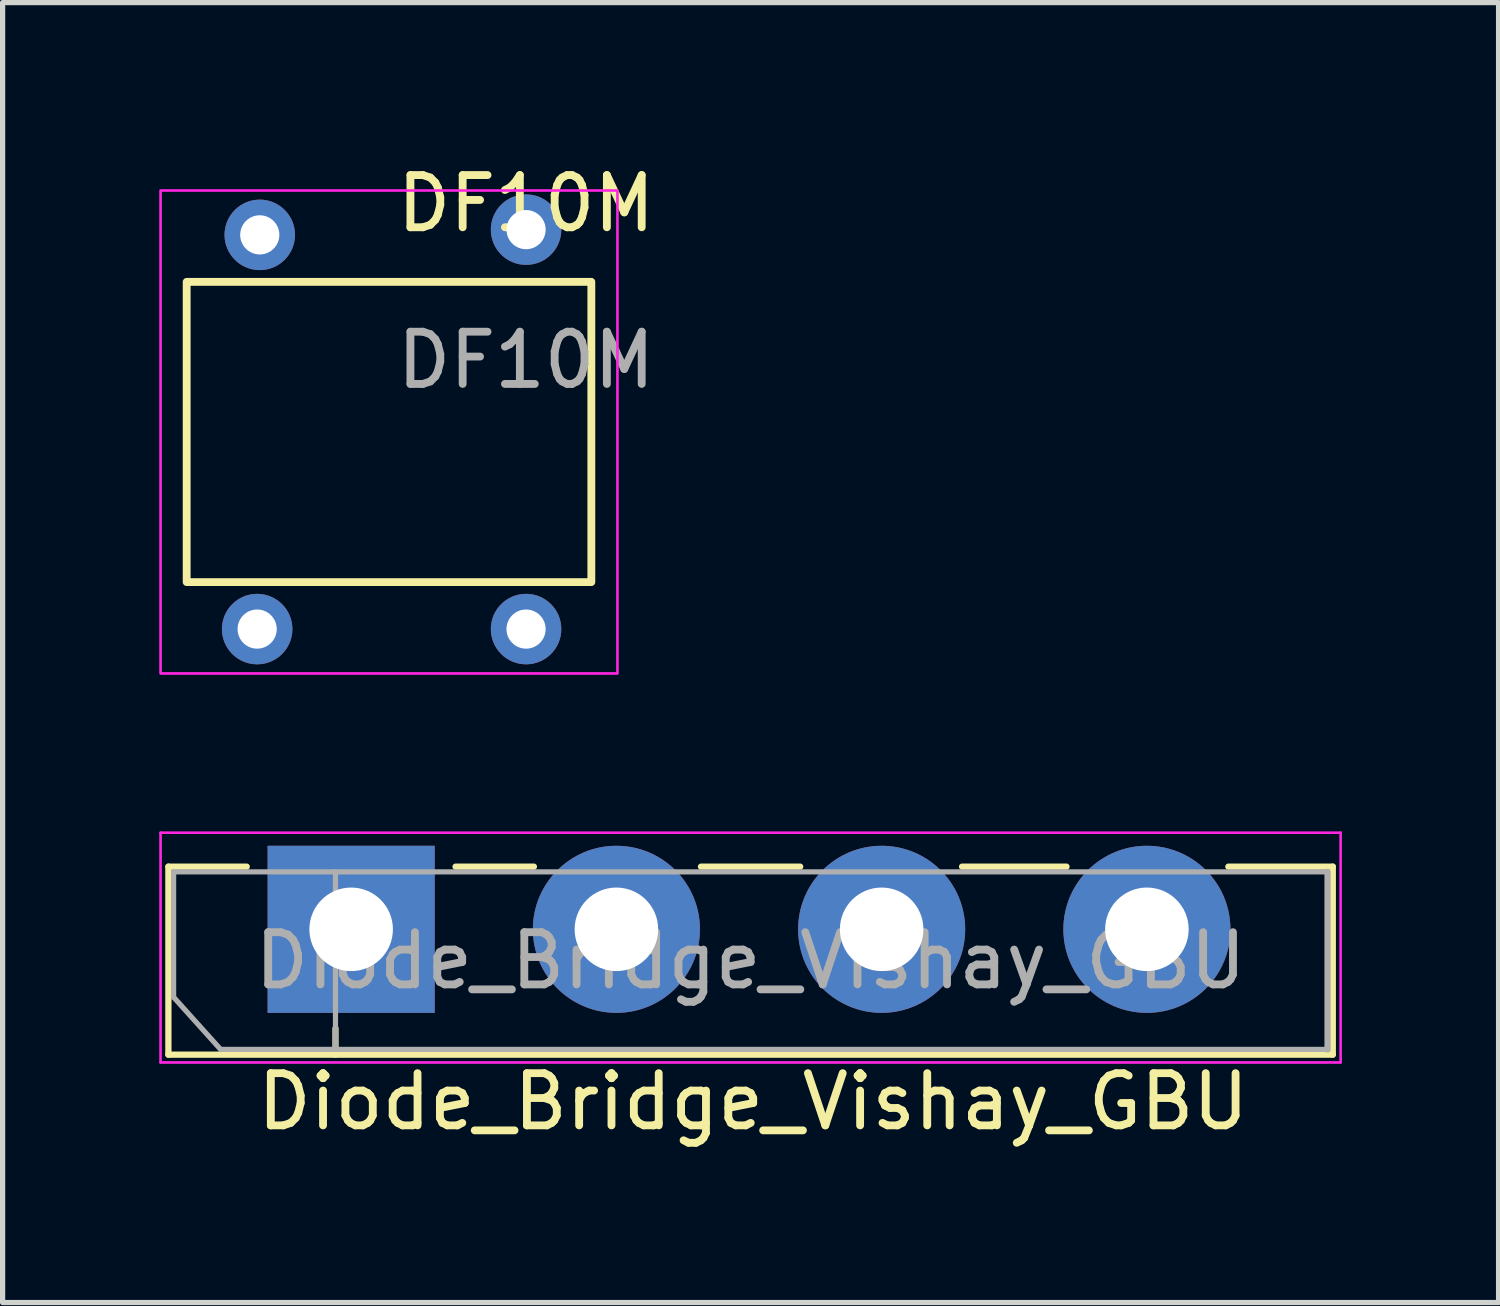
<source format=kicad_pcb>
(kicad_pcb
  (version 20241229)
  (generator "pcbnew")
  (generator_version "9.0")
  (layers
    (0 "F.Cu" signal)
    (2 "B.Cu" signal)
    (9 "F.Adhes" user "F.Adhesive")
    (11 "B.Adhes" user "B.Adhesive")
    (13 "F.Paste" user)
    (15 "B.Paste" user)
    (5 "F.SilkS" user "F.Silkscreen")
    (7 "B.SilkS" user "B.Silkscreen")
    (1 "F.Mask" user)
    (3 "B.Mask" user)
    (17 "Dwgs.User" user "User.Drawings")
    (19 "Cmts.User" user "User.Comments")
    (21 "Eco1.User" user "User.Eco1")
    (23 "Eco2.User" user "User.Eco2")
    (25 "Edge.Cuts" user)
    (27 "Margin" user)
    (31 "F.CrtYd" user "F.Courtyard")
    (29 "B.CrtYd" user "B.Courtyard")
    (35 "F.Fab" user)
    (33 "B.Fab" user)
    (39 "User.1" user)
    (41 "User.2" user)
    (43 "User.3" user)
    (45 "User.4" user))
  (footprint "DF10M"
    (layer "F.Cu")
    (at 7.025 1.348)
    (property "Reference" "DF10M" (at 0 -0.5 0) (unlocked yes) (layer "F.SilkS") (effects (font (size 1 1) (thickness 0.15))))
    (fp_rect (start -6.5 1) (end 1.25 6.75) (stroke (width 0.15) (type default)) (fill no) (layer "F.SilkS"))
    (fp_rect (start -7 -0.75) (end 1.75 8.5) (stroke (width 0.05) (type default)) (fill no) (layer "F.CrtYd"))
    (fp_text user "${REFERENCE}" (at 0 2.5 0) (unlocked yes) (layer "F.Fab") (effects (font (size 1 1) (thickness 0.15))))
    (pad "1" thru_hole circle (at 0 0) (size 1.35 1.35) (drill 0.75) (layers "*.Cu" "*.Mask"))
    (pad "2" thru_hole circle (at 0 7.65) (size 1.35 1.35) (drill 0.75) (layers "*.Cu" "*.Mask"))
    (pad "3" thru_hole circle (at -5.15 7.65) (size 1.35 1.35) (drill 0.75) (layers "*.Cu" "*.Mask"))
    (pad "4" thru_hole circle (at -5.1 0.1) (size 1.35 1.35) (drill 0.75) (layers "*.Cu" "*.Mask")))
  (footprint "Diode_Bridge_Vishay_GBU"
    (layer "F.Cu")
    (at 3.675 14.748)
    (property "Reference" "Diode_Bridge_Vishay_GBU" (at 7.7 3.3 180) (layer "F.SilkS") (effects (font (size 1 1) (thickness 0.15))))
    (attr through_hole)
    (fp_line (start -3.5 -1.2) (end -2 -1.2) (stroke (width 0.12) (type solid)) (layer "F.SilkS"))
    (fp_line (start -3.5 2.4) (end -3.5 -1.2) (stroke (width 0.12) (type solid)) (layer "F.SilkS"))
    (fp_line (start -0.3 2.4) (end -0.3 1.9) (stroke (width 0.12) (type solid)) (layer "F.SilkS"))
    (fp_line (start 2 -1.2) (end 3.5 -1.2) (stroke (width 0.12) (type solid)) (layer "F.SilkS"))
    (fp_line (start 6.7 -1.2) (end 8.6 -1.2) (stroke (width 0.12) (type solid)) (layer "F.SilkS"))
    (fp_line (start 11.7 -1.2) (end 13.7 -1.2) (stroke (width 0.12) (type solid)) (layer "F.SilkS"))
    (fp_line (start 16.8 -1.2) (end 18.8 -1.2) (stroke (width 0.12) (type solid)) (layer "F.SilkS"))
    (fp_line (start 18.8 -1.2) (end 18.8 2.4) (stroke (width 0.12) (type solid)) (layer "F.SilkS"))
    (fp_line (start 18.8 2.4) (end -3.5 2.4) (stroke (width 0.12) (type solid)) (layer "F.SilkS"))
    (fp_line (start -3.65 2.55) (end -3.65 -1.85) (stroke (width 0.05) (type solid)) (layer "F.CrtYd"))
    (fp_line (start -3.65 2.55) (end 18.95 2.55) (stroke (width 0.05) (type solid)) (layer "F.CrtYd"))
    (fp_line (start 18.95 -1.85) (end -3.65 -1.85) (stroke (width 0.05) (type solid)) (layer "F.CrtYd"))
    (fp_line (start 18.95 -1.85) (end 18.95 2.55) (stroke (width 0.05) (type solid)) (layer "F.CrtYd"))
    (fp_line (start -3.4 -1.1) (end 18.7 -1.1) (stroke (width 0.1) (type solid)) (layer "F.Fab"))
    (fp_line (start -3.4 1.3) (end -3.4 -1.1) (stroke (width 0.1) (type solid)) (layer "F.Fab"))
    (fp_line (start -2.5 2.3) (end -3.4 1.3) (stroke (width 0.1) (type solid)) (layer "F.Fab"))
    (fp_line (start -0.3 2.3) (end -0.3 -1.1) (stroke (width 0.1) (type solid)) (layer "F.Fab"))
    (fp_line (start 18.7 -1.1) (end 18.7 2.3) (stroke (width 0.12) (type solid)) (layer "F.Fab"))
    (fp_line (start 18.7 2.3) (end -2.5 2.3) (stroke (width 0.1) (type solid)) (layer "F.Fab"))
    (fp_text user "${REFERENCE}" (at 7.65 0.6 180) (layer "F.Fab") (effects (font (size 1 1) (thickness 0.15))))
    (pad "1" thru_hole rect (at 0 0) (size 3.2 3.2) (drill 1.6) (layers "*.Cu" "*.Mask"))
    (pad "2" thru_hole circle (at 5.08 0) (size 3.2 3.2) (drill 1.6) (layers "*.Cu" "*.Mask"))
    (pad "3" thru_hole circle (at 10.16 0) (size 3.2 3.2) (drill 1.6) (layers "*.Cu" "*.Mask"))
    (pad "4" thru_hole circle (at 15.24 0) (size 3.2 3.2) (drill 1.6) (layers "*.Cu" "*.Mask")))
  (gr_rect
    (start -3 -3)
    (end 25.65 21.896)
    (stroke (width 0.1) (type default))
    (fill no)
    (layer "Edge.Cuts")))
</source>
